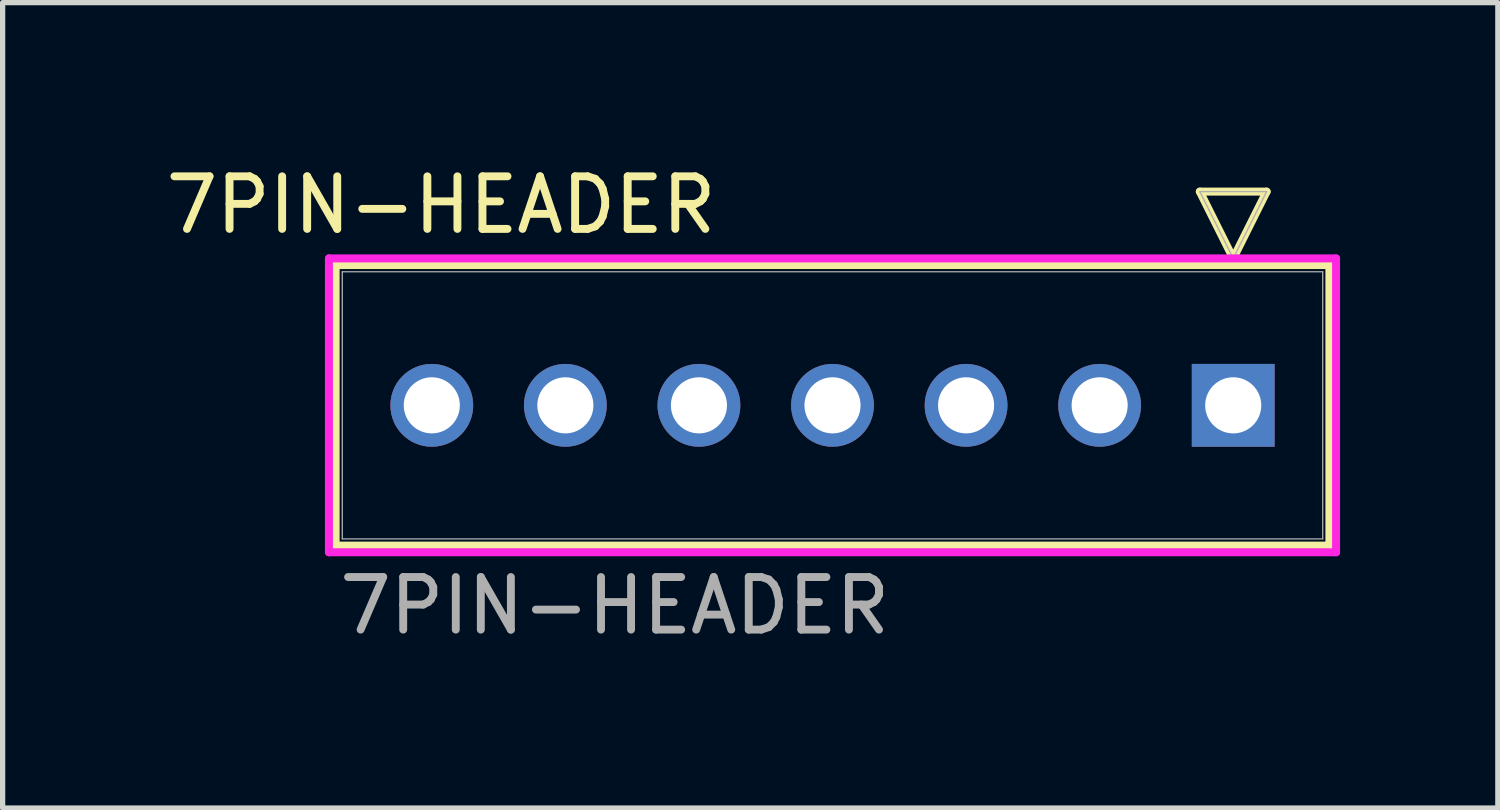
<source format=kicad_pcb>
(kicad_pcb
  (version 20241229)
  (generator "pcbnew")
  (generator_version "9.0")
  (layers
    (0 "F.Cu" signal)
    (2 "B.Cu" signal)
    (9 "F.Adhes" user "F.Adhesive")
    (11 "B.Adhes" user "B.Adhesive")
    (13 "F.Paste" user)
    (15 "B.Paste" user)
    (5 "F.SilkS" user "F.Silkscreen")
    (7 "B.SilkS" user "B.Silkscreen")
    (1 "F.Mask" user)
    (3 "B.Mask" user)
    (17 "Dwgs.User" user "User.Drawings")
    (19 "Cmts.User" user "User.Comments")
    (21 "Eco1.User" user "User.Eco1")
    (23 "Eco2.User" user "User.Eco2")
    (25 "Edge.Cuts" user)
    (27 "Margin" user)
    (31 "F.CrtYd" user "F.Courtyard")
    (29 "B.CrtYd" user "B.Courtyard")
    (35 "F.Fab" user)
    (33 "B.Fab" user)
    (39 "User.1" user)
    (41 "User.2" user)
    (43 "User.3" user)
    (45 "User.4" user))
  (footprint "7PIN-HEADER"
    (layer "F.Cu")
    (at 12.705 2.88)
    (property "Reference" "7PIN-HEADER" (at -7.366 -2.032 0) (unlocked yes) (layer "F.SilkS") (effects (font (size 1 1) (thickness 0.15))))
    (attr through_hole)
    (fp_line (start -9.373 -0.889) (end -9.373 4.445) (stroke (width 0.152) (type solid)) (layer "F.SilkS"))
    (fp_line (start -9.373 4.445) (end 9.525 4.445) (stroke (width 0.152) (type solid)) (layer "F.SilkS"))
    (fp_line (start 7.061 -2.286) (end 8.331 -2.286) (stroke (width 0.152) (type solid)) (layer "F.SilkS"))
    (fp_line (start 7.696 -1.016) (end 7.061 -2.286) (stroke (width 0.152) (type solid)) (layer "F.SilkS"))
    (fp_line (start 8.331 -2.286) (end 7.696 -1.016) (stroke (width 0.152) (type solid)) (layer "F.SilkS"))
    (fp_line (start 9.525 -0.889) (end -9.373 -0.889) (stroke (width 0.152) (type solid)) (layer "F.SilkS"))
    (fp_line (start 9.525 4.445) (end 9.525 -0.889) (stroke (width 0.152) (type solid)) (layer "F.SilkS"))
    (fp_line (start -9.5 -1.016) (end -9.5 4.572) (stroke (width 0.152) (type solid)) (layer "F.CrtYd"))
    (fp_line (start -9.5 4.572) (end 9.652 4.572) (stroke (width 0.152) (type solid)) (layer "F.CrtYd"))
    (fp_line (start 9.652 -1.016) (end -9.5 -1.016) (stroke (width 0.152) (type solid)) (layer "F.CrtYd"))
    (fp_line (start 9.652 4.572) (end 9.652 -1.016) (stroke (width 0.152) (type solid)) (layer "F.CrtYd"))
    (fp_line (start -9.246 -0.762) (end -9.246 4.318) (stroke (width 0.025) (type solid)) (layer "F.Fab"))
    (fp_line (start -9.246 4.318) (end 9.398 4.318) (stroke (width 0.025) (type solid)) (layer "F.Fab"))
    (fp_line (start 7.061 -2.286) (end 8.331 -2.286) (stroke (width 0.025) (type solid)) (layer "F.Fab"))
    (fp_line (start 7.696 -1.016) (end 7.061 -2.286) (stroke (width 0.025) (type solid)) (layer "F.Fab"))
    (fp_line (start 8.331 -2.286) (end 7.696 -1.016) (stroke (width 0.025) (type solid)) (layer "F.Fab"))
    (fp_line (start 9.398 -0.762) (end -9.246 -0.762) (stroke (width 0.025) (type solid)) (layer "F.Fab"))
    (fp_line (start 9.398 4.318) (end 9.398 -0.762) (stroke (width 0.025) (type solid)) (layer "F.Fab"))
    (fp_text user "${REFERENCE}" (at -4.064 5.588 0) (unlocked yes) (layer "F.Fab") (effects (font (size 1 1) (thickness 0.15))))
    (pad "1" thru_hole rect (at 7.696 1.778) (size 1.575 1.575) (drill 1.067) (layers "*.Cu" "*.Mask"))
    (pad "2" thru_hole circle (at 5.156 1.778) (size 1.575 1.575) (drill 1.067) (layers "*.Cu" "*.Mask"))
    (pad "3" thru_hole circle (at 2.616 1.778) (size 1.575 1.575) (drill 1.067) (layers "*.Cu" "*.Mask"))
    (pad "4" thru_hole circle (at 0.076 1.778) (size 1.575 1.575) (drill 1.067) (layers "*.Cu" "*.Mask"))
    (pad "5" thru_hole circle (at -2.464 1.778) (size 1.575 1.575) (drill 1.067) (layers "*.Cu" "*.Mask"))
    (pad "6" thru_hole circle (at -5.004 1.778) (size 1.575 1.575) (drill 1.067) (layers "*.Cu" "*.Mask"))
    (pad "7" thru_hole circle (at -7.544 1.778) (size 1.575 1.575) (drill 1.067) (layers "*.Cu" "*.Mask")))
  (gr_rect
    (start -3 -3)
    (end 25.433 12.316)
    (stroke (width 0.1) (type default))
    (fill no)
    (layer "Edge.Cuts")))
</source>
